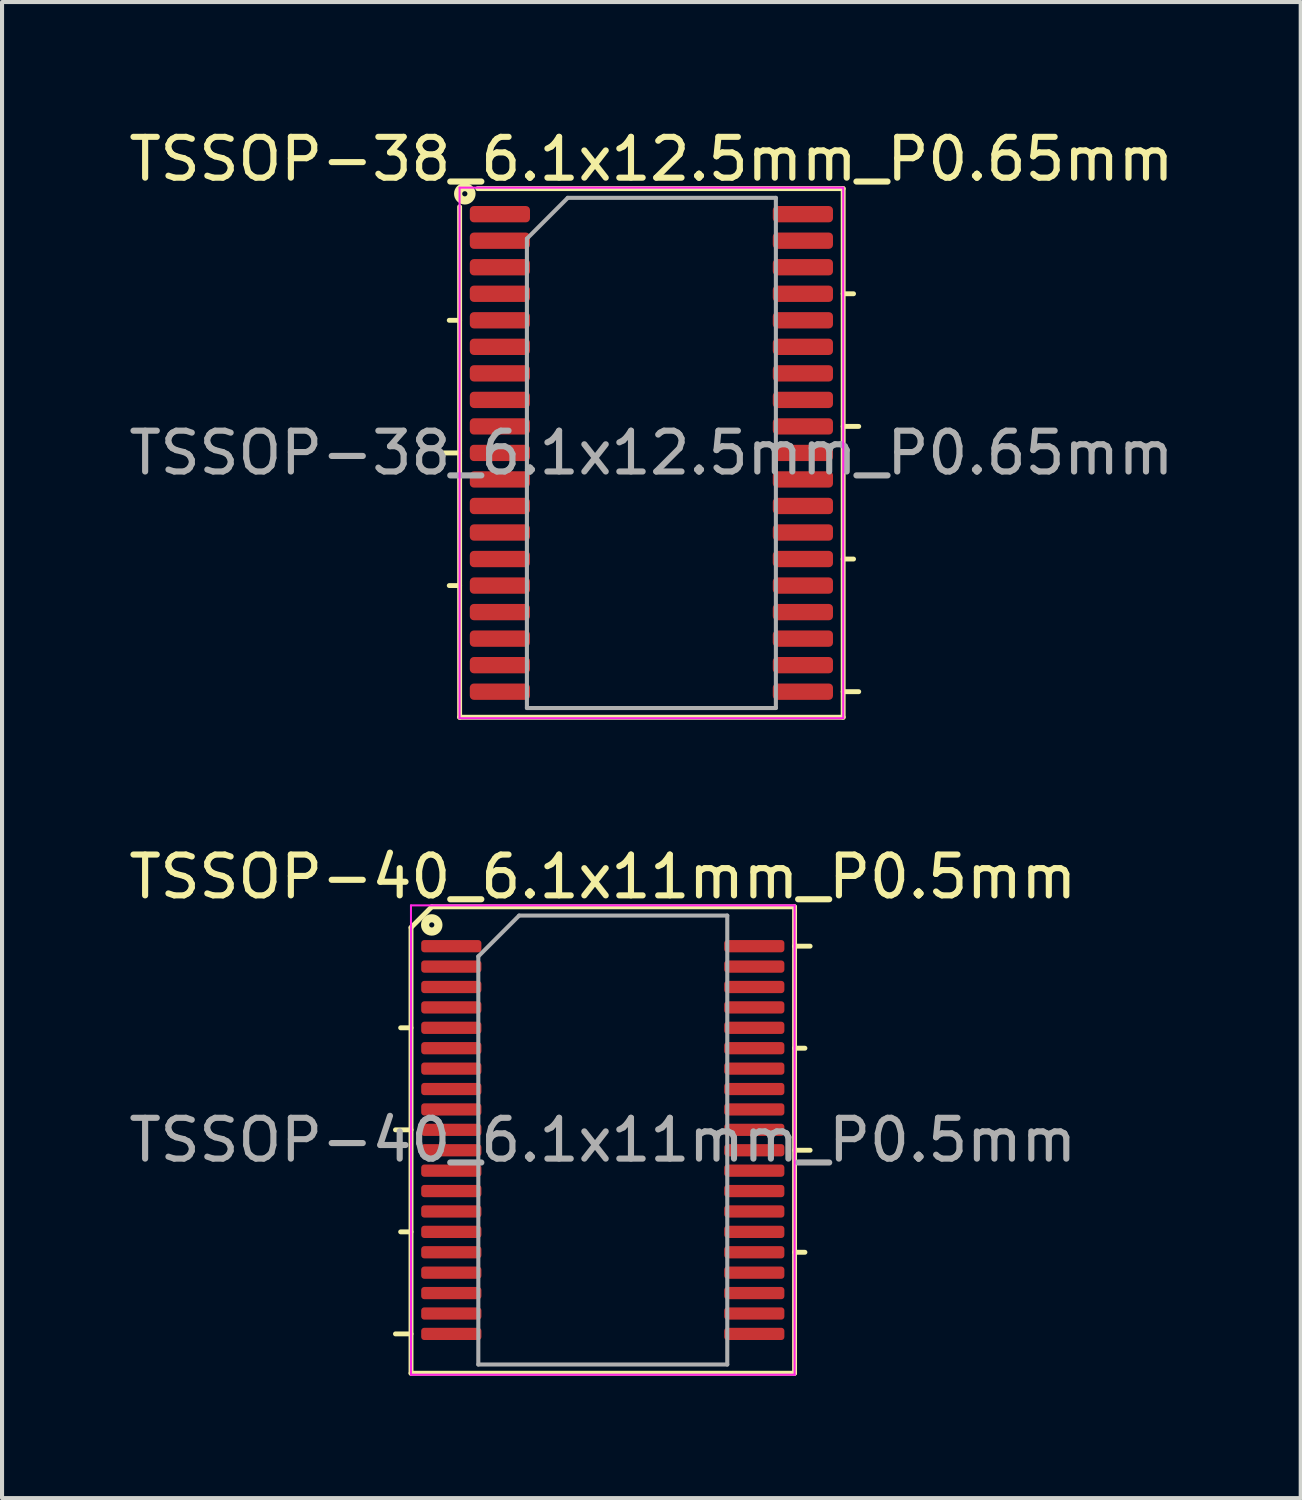
<source format=kicad_pcb>
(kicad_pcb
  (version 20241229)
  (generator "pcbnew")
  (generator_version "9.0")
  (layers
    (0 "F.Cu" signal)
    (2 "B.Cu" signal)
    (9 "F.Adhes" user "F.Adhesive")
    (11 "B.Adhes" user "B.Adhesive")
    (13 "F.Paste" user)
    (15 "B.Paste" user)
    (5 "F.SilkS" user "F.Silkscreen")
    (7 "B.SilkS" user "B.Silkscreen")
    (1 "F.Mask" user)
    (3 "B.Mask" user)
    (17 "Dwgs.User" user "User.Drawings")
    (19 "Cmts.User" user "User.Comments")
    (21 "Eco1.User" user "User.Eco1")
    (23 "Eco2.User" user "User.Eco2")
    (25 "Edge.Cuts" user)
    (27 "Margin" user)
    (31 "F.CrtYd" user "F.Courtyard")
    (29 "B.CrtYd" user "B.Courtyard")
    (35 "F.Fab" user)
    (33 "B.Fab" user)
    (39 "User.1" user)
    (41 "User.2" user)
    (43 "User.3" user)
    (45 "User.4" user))
  (footprint "TSSOP-40_6.1x11mm_P0.5mm"
    (layer "F.Cu")
    (at 11.72 24.884)
    (property "Reference" "TSSOP-40_6.1x11mm_P0.5mm" (at 0 -6.45 0) (layer "F.SilkS") (effects (font (size 1 1) (thickness 0.15))))
    (attr smd)
    (fp_line (start -5.08 -0.25) (end -4.699 -0.25) (stroke (width 0.12) (type solid)) (layer "F.SilkS"))
    (fp_line (start -5.08 4.75) (end -4.699 4.75) (stroke (width 0.12) (type solid)) (layer "F.SilkS"))
    (fp_line (start -4.953 2.25) (end -4.699 2.25) (stroke (width 0.12) (type solid)) (layer "F.SilkS"))
    (fp_line (start -4.699 -5.207) (end -4.699 5.715) (stroke (width 0.12) (type solid)) (layer "F.SilkS"))
    (fp_line (start -4.699 -5.207) (end -4.191 -5.715) (stroke (width 0.12) (type solid)) (layer "F.SilkS"))
    (fp_line (start -4.699 -2.75) (end -4.953 -2.75) (stroke (width 0.12) (type solid)) (layer "F.SilkS"))
    (fp_line (start -4.699 5.715) (end 4.699 5.715) (stroke (width 0.12) (type solid)) (layer "F.SilkS"))
    (fp_line (start 4.699 -5.715) (end -4.191 -5.715) (stroke (width 0.12) (type solid)) (layer "F.SilkS"))
    (fp_line (start 4.699 -4.75) (end 5.08 -4.75) (stroke (width 0.12) (type solid)) (layer "F.SilkS"))
    (fp_line (start 4.699 -2.25) (end 4.953 -2.25) (stroke (width 0.12) (type solid)) (layer "F.SilkS"))
    (fp_line (start 4.699 0.25) (end 5.08 0.25) (stroke (width 0.12) (type solid)) (layer "F.SilkS"))
    (fp_line (start 4.699 2.75) (end 4.953 2.75) (stroke (width 0.12) (type solid)) (layer "F.SilkS"))
    (fp_line (start 4.699 5.715) (end 4.699 -5.715) (stroke (width 0.12) (type solid)) (layer "F.SilkS"))
    (fp_circle (center -4.191 -5.271) (end -4.128 -5.271) (stroke (width 0.2) (type solid)) (fill no) (layer "F.SilkS"))
    (fp_line (start -4.7 -5.75) (end -4.7 5.75) (stroke (width 0.05) (type solid)) (layer "F.CrtYd"))
    (fp_line (start -4.7 5.75) (end 4.7 5.75) (stroke (width 0.05) (type solid)) (layer "F.CrtYd"))
    (fp_line (start 4.7 -5.75) (end -4.7 -5.75) (stroke (width 0.05) (type solid)) (layer "F.CrtYd"))
    (fp_line (start 4.7 5.75) (end 4.7 -5.75) (stroke (width 0.05) (type solid)) (layer "F.CrtYd"))
    (fp_line (start -3.05 -4.5) (end -2.05 -5.5) (stroke (width 0.1) (type solid)) (layer "F.Fab"))
    (fp_line (start -3.05 5.5) (end -3.05 -4.5) (stroke (width 0.1) (type solid)) (layer "F.Fab"))
    (fp_line (start -2.05 -5.5) (end 3.05 -5.5) (stroke (width 0.1) (type solid)) (layer "F.Fab"))
    (fp_line (start 3.05 -5.5) (end 3.05 5.5) (stroke (width 0.1) (type solid)) (layer "F.Fab"))
    (fp_line (start 3.05 5.5) (end -3.05 5.5) (stroke (width 0.1) (type solid)) (layer "F.Fab"))
    (fp_text user "${REFERENCE}" (at 0 0 0) (layer "F.Fab") (effects (font (size 1 1) (thickness 0.15))))
    (pad "1" smd roundrect (at -3.712 -4.75) (size 1.475 0.3) (layers "F.Cu" "F.Mask" "F.Paste") (roundrect_rratio 0.25))
    (pad "2" smd roundrect (at -3.712 -4.25) (size 1.475 0.3) (layers "F.Cu" "F.Mask" "F.Paste") (roundrect_rratio 0.25))
    (pad "3" smd roundrect (at -3.712 -3.75) (size 1.475 0.3) (layers "F.Cu" "F.Mask" "F.Paste") (roundrect_rratio 0.25))
    (pad "4" smd roundrect (at -3.712 -3.25) (size 1.475 0.3) (layers "F.Cu" "F.Mask" "F.Paste") (roundrect_rratio 0.25))
    (pad "5" smd roundrect (at -3.712 -2.75) (size 1.475 0.3) (layers "F.Cu" "F.Mask" "F.Paste") (roundrect_rratio 0.25))
    (pad "6" smd roundrect (at -3.712 -2.25) (size 1.475 0.3) (layers "F.Cu" "F.Mask" "F.Paste") (roundrect_rratio 0.25))
    (pad "7" smd roundrect (at -3.712 -1.75) (size 1.475 0.3) (layers "F.Cu" "F.Mask" "F.Paste") (roundrect_rratio 0.25))
    (pad "8" smd roundrect (at -3.712 -1.25) (size 1.475 0.3) (layers "F.Cu" "F.Mask" "F.Paste") (roundrect_rratio 0.25))
    (pad "9" smd roundrect (at -3.712 -0.75) (size 1.475 0.3) (layers "F.Cu" "F.Mask" "F.Paste") (roundrect_rratio 0.25))
    (pad "10" smd roundrect (at -3.712 -0.25) (size 1.475 0.3) (layers "F.Cu" "F.Mask" "F.Paste") (roundrect_rratio 0.25))
    (pad "11" smd roundrect (at -3.712 0.25) (size 1.475 0.3) (layers "F.Cu" "F.Mask" "F.Paste") (roundrect_rratio 0.25))
    (pad "12" smd roundrect (at -3.712 0.75) (size 1.475 0.3) (layers "F.Cu" "F.Mask" "F.Paste") (roundrect_rratio 0.25))
    (pad "13" smd roundrect (at -3.712 1.25) (size 1.475 0.3) (layers "F.Cu" "F.Mask" "F.Paste") (roundrect_rratio 0.25))
    (pad "14" smd roundrect (at -3.712 1.75) (size 1.475 0.3) (layers "F.Cu" "F.Mask" "F.Paste") (roundrect_rratio 0.25))
    (pad "15" smd roundrect (at -3.712 2.25) (size 1.475 0.3) (layers "F.Cu" "F.Mask" "F.Paste") (roundrect_rratio 0.25))
    (pad "16" smd roundrect (at -3.712 2.75) (size 1.475 0.3) (layers "F.Cu" "F.Mask" "F.Paste") (roundrect_rratio 0.25))
    (pad "17" smd roundrect (at -3.712 3.25) (size 1.475 0.3) (layers "F.Cu" "F.Mask" "F.Paste") (roundrect_rratio 0.25))
    (pad "18" smd roundrect (at -3.712 3.75) (size 1.475 0.3) (layers "F.Cu" "F.Mask" "F.Paste") (roundrect_rratio 0.25))
    (pad "19" smd roundrect (at -3.712 4.25) (size 1.475 0.3) (layers "F.Cu" "F.Mask" "F.Paste") (roundrect_rratio 0.25))
    (pad "20" smd roundrect (at -3.712 4.75) (size 1.475 0.3) (layers "F.Cu" "F.Mask" "F.Paste") (roundrect_rratio 0.25))
    (pad "21" smd roundrect (at 3.712 4.75) (size 1.475 0.3) (layers "F.Cu" "F.Mask" "F.Paste") (roundrect_rratio 0.25))
    (pad "22" smd roundrect (at 3.712 4.25) (size 1.475 0.3) (layers "F.Cu" "F.Mask" "F.Paste") (roundrect_rratio 0.25))
    (pad "23" smd roundrect (at 3.712 3.75) (size 1.475 0.3) (layers "F.Cu" "F.Mask" "F.Paste") (roundrect_rratio 0.25))
    (pad "24" smd roundrect (at 3.712 3.25) (size 1.475 0.3) (layers "F.Cu" "F.Mask" "F.Paste") (roundrect_rratio 0.25))
    (pad "25" smd roundrect (at 3.712 2.75) (size 1.475 0.3) (layers "F.Cu" "F.Mask" "F.Paste") (roundrect_rratio 0.25))
    (pad "26" smd roundrect (at 3.712 2.25) (size 1.475 0.3) (layers "F.Cu" "F.Mask" "F.Paste") (roundrect_rratio 0.25))
    (pad "27" smd roundrect (at 3.712 1.75) (size 1.475 0.3) (layers "F.Cu" "F.Mask" "F.Paste") (roundrect_rratio 0.25))
    (pad "28" smd roundrect (at 3.712 1.25) (size 1.475 0.3) (layers "F.Cu" "F.Mask" "F.Paste") (roundrect_rratio 0.25))
    (pad "29" smd roundrect (at 3.712 0.75) (size 1.475 0.3) (layers "F.Cu" "F.Mask" "F.Paste") (roundrect_rratio 0.25))
    (pad "30" smd roundrect (at 3.712 0.25) (size 1.475 0.3) (layers "F.Cu" "F.Mask" "F.Paste") (roundrect_rratio 0.25))
    (pad "31" smd roundrect (at 3.712 -0.25) (size 1.475 0.3) (layers "F.Cu" "F.Mask" "F.Paste") (roundrect_rratio 0.25))
    (pad "32" smd roundrect (at 3.712 -0.75) (size 1.475 0.3) (layers "F.Cu" "F.Mask" "F.Paste") (roundrect_rratio 0.25))
    (pad "33" smd roundrect (at 3.712 -1.25) (size 1.475 0.3) (layers "F.Cu" "F.Mask" "F.Paste") (roundrect_rratio 0.25))
    (pad "34" smd roundrect (at 3.712 -1.75) (size 1.475 0.3) (layers "F.Cu" "F.Mask" "F.Paste") (roundrect_rratio 0.25))
    (pad "35" smd roundrect (at 3.712 -2.25) (size 1.475 0.3) (layers "F.Cu" "F.Mask" "F.Paste") (roundrect_rratio 0.25))
    (pad "36" smd roundrect (at 3.712 -2.75) (size 1.475 0.3) (layers "F.Cu" "F.Mask" "F.Paste") (roundrect_rratio 0.25))
    (pad "37" smd roundrect (at 3.712 -3.25) (size 1.475 0.3) (layers "F.Cu" "F.Mask" "F.Paste") (roundrect_rratio 0.25))
    (pad "38" smd roundrect (at 3.712 -3.75) (size 1.475 0.3) (layers "F.Cu" "F.Mask" "F.Paste") (roundrect_rratio 0.25))
    (pad "39" smd roundrect (at 3.712 -4.25) (size 1.475 0.3) (layers "F.Cu" "F.Mask" "F.Paste") (roundrect_rratio 0.25))
    (pad "40" smd roundrect (at 3.712 -4.75) (size 1.475 0.3) (layers "F.Cu" "F.Mask" "F.Paste") (roundrect_rratio 0.25)))
  (footprint "TSSOP-38_6.1x12.5mm_P0.65mm"
    (layer "F.Cu")
    (at 12.911 8.048)
    (property "Reference" "TSSOP-38_6.1x12.5mm_P0.65mm" (at 0 -7.2 0) (layer "F.SilkS") (effects (font (size 1 1) (thickness 0.15))))
    (attr smd)
    (fp_line (start -4.699 -6.032) (end -4.699 6.477) (stroke (width 0.12) (type solid)) (layer "F.SilkS"))
    (fp_line (start -4.699 -3.25) (end -4.953 -3.25) (stroke (width 0.12) (type solid)) (layer "F.SilkS"))
    (fp_line (start -4.699 0) (end -5.08 0) (stroke (width 0.12) (type solid)) (layer "F.SilkS"))
    (fp_line (start -4.699 3.25) (end -4.953 3.25) (stroke (width 0.12) (type solid)) (layer "F.SilkS"))
    (fp_line (start -4.699 6.477) (end 4.699 6.477) (stroke (width 0.12) (type solid)) (layer "F.SilkS"))
    (fp_line (start 4.699 -6.477) (end -4.255 -6.477) (stroke (width 0.12) (type solid)) (layer "F.SilkS"))
    (fp_line (start 4.699 -3.9) (end 4.953 -3.9) (stroke (width 0.12) (type solid)) (layer "F.SilkS"))
    (fp_line (start 4.699 -0.65) (end 5.08 -0.65) (stroke (width 0.12) (type solid)) (layer "F.SilkS"))
    (fp_line (start 4.699 2.6) (end 4.953 2.6) (stroke (width 0.12) (type solid)) (layer "F.SilkS"))
    (fp_line (start 4.699 5.85) (end 5.08 5.85) (stroke (width 0.12) (type solid)) (layer "F.SilkS"))
    (fp_line (start 4.699 6.477) (end 4.699 -6.477) (stroke (width 0.12) (type solid)) (layer "F.SilkS"))
    (fp_circle (center -4.572 -6.35) (end -4.508 -6.35) (stroke (width 0.2) (type solid)) (fill no) (layer "F.SilkS"))
    (fp_line (start -4.7 -6.5) (end -4.7 6.5) (stroke (width 0.05) (type solid)) (layer "F.CrtYd"))
    (fp_line (start -4.7 6.5) (end 4.7 6.5) (stroke (width 0.05) (type solid)) (layer "F.CrtYd"))
    (fp_line (start 4.7 -6.5) (end -4.7 -6.5) (stroke (width 0.05) (type solid)) (layer "F.CrtYd"))
    (fp_line (start 4.7 6.5) (end 4.7 -6.5) (stroke (width 0.05) (type solid)) (layer "F.CrtYd"))
    (fp_line (start -3.05 -5.25) (end -2.05 -6.25) (stroke (width 0.1) (type solid)) (layer "F.Fab"))
    (fp_line (start -3.05 6.25) (end -3.05 -5.25) (stroke (width 0.1) (type solid)) (layer "F.Fab"))
    (fp_line (start -2.05 -6.25) (end 3.05 -6.25) (stroke (width 0.1) (type solid)) (layer "F.Fab"))
    (fp_line (start 3.05 -6.25) (end 3.05 6.25) (stroke (width 0.1) (type solid)) (layer "F.Fab"))
    (fp_line (start 3.05 6.25) (end -3.05 6.25) (stroke (width 0.1) (type solid)) (layer "F.Fab"))
    (fp_text user "${REFERENCE}" (at 0 0 0) (layer "F.Fab") (effects (font (size 1 1) (thickness 0.15))))
    (pad "1" smd roundrect (at -3.712 -5.85) (size 1.475 0.4) (layers "F.Cu" "F.Mask" "F.Paste") (roundrect_rratio 0.25))
    (pad "2" smd roundrect (at -3.712 -5.2) (size 1.475 0.4) (layers "F.Cu" "F.Mask" "F.Paste") (roundrect_rratio 0.25))
    (pad "3" smd roundrect (at -3.712 -4.55) (size 1.475 0.4) (layers "F.Cu" "F.Mask" "F.Paste") (roundrect_rratio 0.25))
    (pad "4" smd roundrect (at -3.712 -3.9) (size 1.475 0.4) (layers "F.Cu" "F.Mask" "F.Paste") (roundrect_rratio 0.25))
    (pad "5" smd roundrect (at -3.712 -3.25) (size 1.475 0.4) (layers "F.Cu" "F.Mask" "F.Paste") (roundrect_rratio 0.25))
    (pad "6" smd roundrect (at -3.712 -2.6) (size 1.475 0.4) (layers "F.Cu" "F.Mask" "F.Paste") (roundrect_rratio 0.25))
    (pad "7" smd roundrect (at -3.712 -1.95) (size 1.475 0.4) (layers "F.Cu" "F.Mask" "F.Paste") (roundrect_rratio 0.25))
    (pad "8" smd roundrect (at -3.712 -1.3) (size 1.475 0.4) (layers "F.Cu" "F.Mask" "F.Paste") (roundrect_rratio 0.25))
    (pad "9" smd roundrect (at -3.712 -0.65) (size 1.475 0.4) (layers "F.Cu" "F.Mask" "F.Paste") (roundrect_rratio 0.25))
    (pad "10" smd roundrect (at -3.712 0) (size 1.475 0.4) (layers "F.Cu" "F.Mask" "F.Paste") (roundrect_rratio 0.25))
    (pad "11" smd roundrect (at -3.712 0.65) (size 1.475 0.4) (layers "F.Cu" "F.Mask" "F.Paste") (roundrect_rratio 0.25))
    (pad "12" smd roundrect (at -3.712 1.3) (size 1.475 0.4) (layers "F.Cu" "F.Mask" "F.Paste") (roundrect_rratio 0.25))
    (pad "13" smd roundrect (at -3.712 1.95) (size 1.475 0.4) (layers "F.Cu" "F.Mask" "F.Paste") (roundrect_rratio 0.25))
    (pad "14" smd roundrect (at -3.712 2.6) (size 1.475 0.4) (layers "F.Cu" "F.Mask" "F.Paste") (roundrect_rratio 0.25))
    (pad "15" smd roundrect (at -3.712 3.25) (size 1.475 0.4) (layers "F.Cu" "F.Mask" "F.Paste") (roundrect_rratio 0.25))
    (pad "16" smd roundrect (at -3.712 3.9) (size 1.475 0.4) (layers "F.Cu" "F.Mask" "F.Paste") (roundrect_rratio 0.25))
    (pad "17" smd roundrect (at -3.712 4.55) (size 1.475 0.4) (layers "F.Cu" "F.Mask" "F.Paste") (roundrect_rratio 0.25))
    (pad "18" smd roundrect (at -3.712 5.2) (size 1.475 0.4) (layers "F.Cu" "F.Mask" "F.Paste") (roundrect_rratio 0.25))
    (pad "19" smd roundrect (at -3.712 5.85) (size 1.475 0.4) (layers "F.Cu" "F.Mask" "F.Paste") (roundrect_rratio 0.25))
    (pad "20" smd roundrect (at 3.712 5.85) (size 1.475 0.4) (layers "F.Cu" "F.Mask" "F.Paste") (roundrect_rratio 0.25))
    (pad "21" smd roundrect (at 3.712 5.2) (size 1.475 0.4) (layers "F.Cu" "F.Mask" "F.Paste") (roundrect_rratio 0.25))
    (pad "22" smd roundrect (at 3.712 4.55) (size 1.475 0.4) (layers "F.Cu" "F.Mask" "F.Paste") (roundrect_rratio 0.25))
    (pad "23" smd roundrect (at 3.712 3.9) (size 1.475 0.4) (layers "F.Cu" "F.Mask" "F.Paste") (roundrect_rratio 0.25))
    (pad "24" smd roundrect (at 3.712 3.25) (size 1.475 0.4) (layers "F.Cu" "F.Mask" "F.Paste") (roundrect_rratio 0.25))
    (pad "25" smd roundrect (at 3.712 2.6) (size 1.475 0.4) (layers "F.Cu" "F.Mask" "F.Paste") (roundrect_rratio 0.25))
    (pad "26" smd roundrect (at 3.712 1.95) (size 1.475 0.4) (layers "F.Cu" "F.Mask" "F.Paste") (roundrect_rratio 0.25))
    (pad "27" smd roundrect (at 3.712 1.3) (size 1.475 0.4) (layers "F.Cu" "F.Mask" "F.Paste") (roundrect_rratio 0.25))
    (pad "28" smd roundrect (at 3.712 0.65) (size 1.475 0.4) (layers "F.Cu" "F.Mask" "F.Paste") (roundrect_rratio 0.25))
    (pad "29" smd roundrect (at 3.712 0) (size 1.475 0.4) (layers "F.Cu" "F.Mask" "F.Paste") (roundrect_rratio 0.25))
    (pad "30" smd roundrect (at 3.712 -0.65) (size 1.475 0.4) (layers "F.Cu" "F.Mask" "F.Paste") (roundrect_rratio 0.25))
    (pad "31" smd roundrect (at 3.712 -1.3) (size 1.475 0.4) (layers "F.Cu" "F.Mask" "F.Paste") (roundrect_rratio 0.25))
    (pad "32" smd roundrect (at 3.712 -1.95) (size 1.475 0.4) (layers "F.Cu" "F.Mask" "F.Paste") (roundrect_rratio 0.25))
    (pad "33" smd roundrect (at 3.712 -2.6) (size 1.475 0.4) (layers "F.Cu" "F.Mask" "F.Paste") (roundrect_rratio 0.25))
    (pad "34" smd roundrect (at 3.712 -3.25) (size 1.475 0.4) (layers "F.Cu" "F.Mask" "F.Paste") (roundrect_rratio 0.25))
    (pad "35" smd roundrect (at 3.712 -3.9) (size 1.475 0.4) (layers "F.Cu" "F.Mask" "F.Paste") (roundrect_rratio 0.25))
    (pad "36" smd roundrect (at 3.712 -4.55) (size 1.475 0.4) (layers "F.Cu" "F.Mask" "F.Paste") (roundrect_rratio 0.25))
    (pad "37" smd roundrect (at 3.712 -5.2) (size 1.475 0.4) (layers "F.Cu" "F.Mask" "F.Paste") (roundrect_rratio 0.25))
    (pad "38" smd roundrect (at 3.712 -5.85) (size 1.475 0.4) (layers "F.Cu" "F.Mask" "F.Paste") (roundrect_rratio 0.25)))
  (gr_rect
    (start -3 -3)
    (end 28.821 33.658)
    (stroke (width 0.1) (type default))
    (fill no)
    (layer "Edge.Cuts")))
</source>
